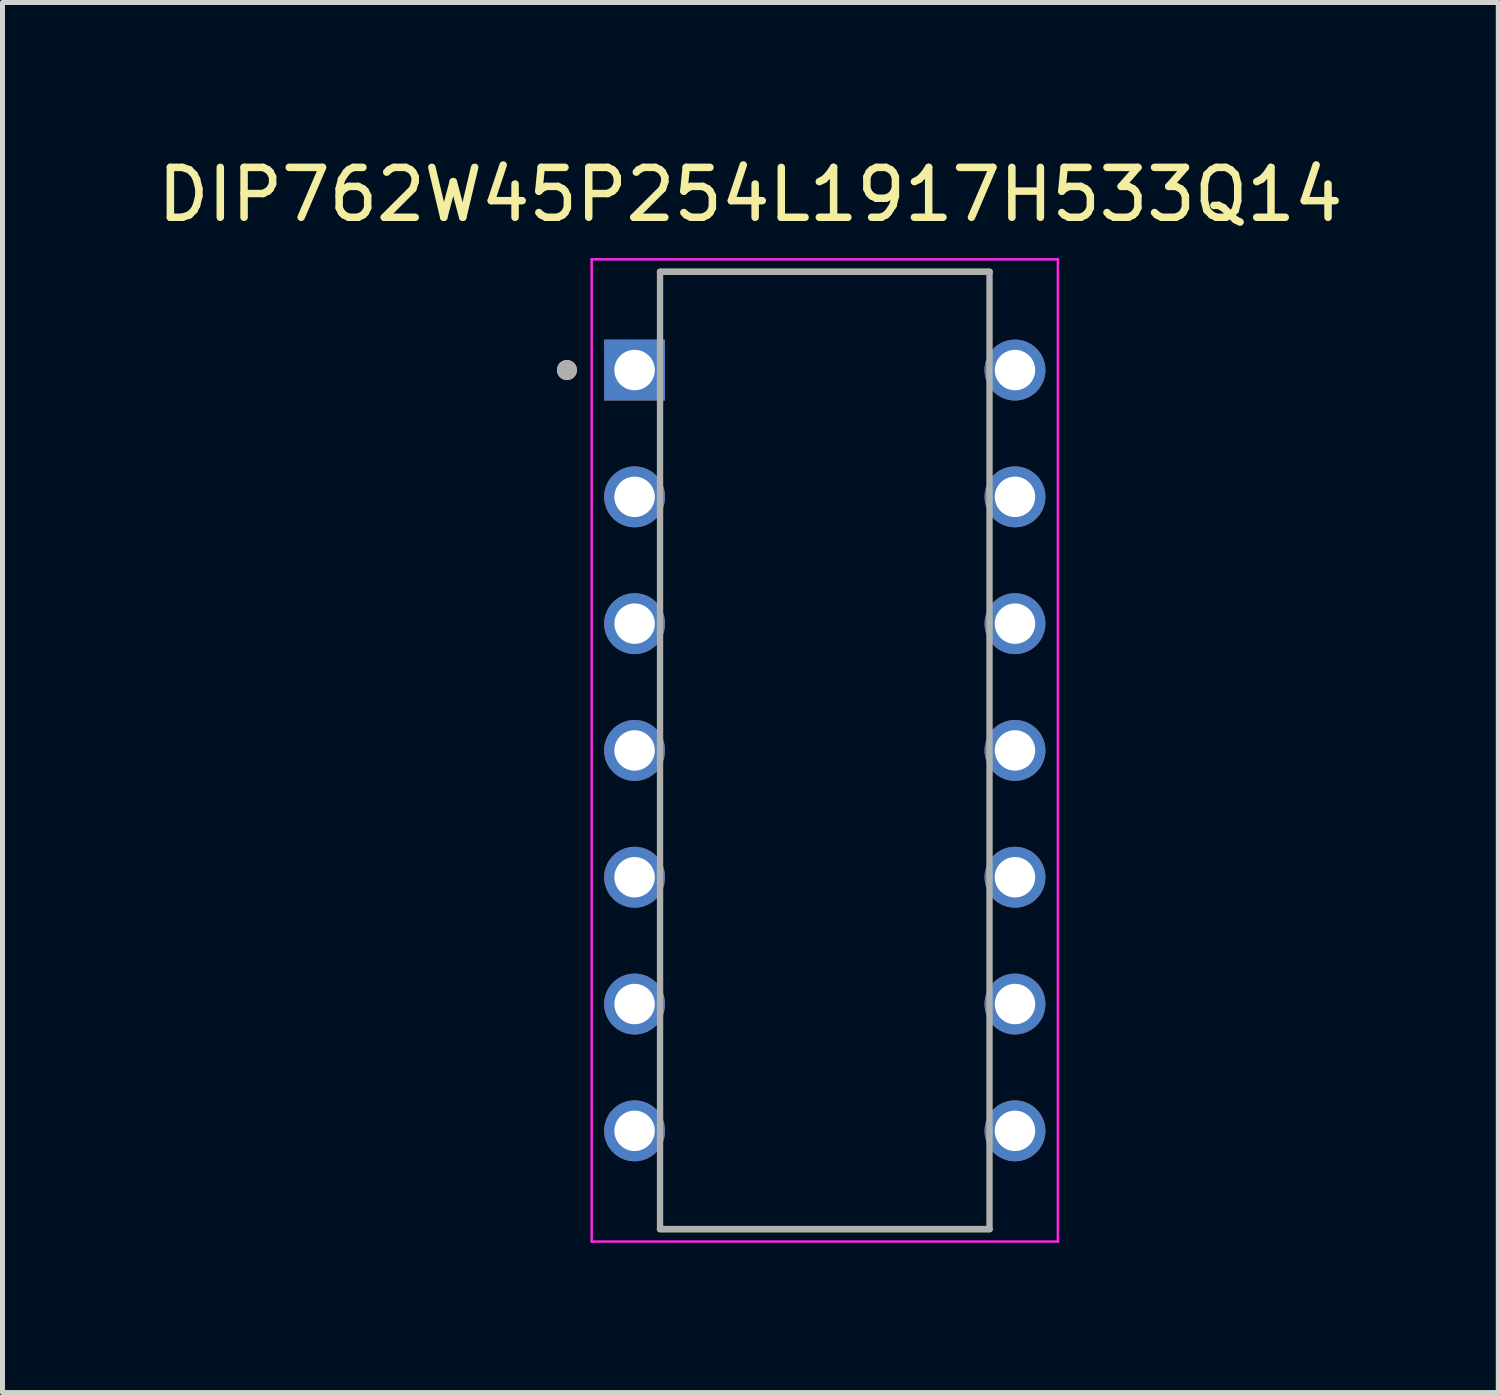
<source format=kicad_pcb>
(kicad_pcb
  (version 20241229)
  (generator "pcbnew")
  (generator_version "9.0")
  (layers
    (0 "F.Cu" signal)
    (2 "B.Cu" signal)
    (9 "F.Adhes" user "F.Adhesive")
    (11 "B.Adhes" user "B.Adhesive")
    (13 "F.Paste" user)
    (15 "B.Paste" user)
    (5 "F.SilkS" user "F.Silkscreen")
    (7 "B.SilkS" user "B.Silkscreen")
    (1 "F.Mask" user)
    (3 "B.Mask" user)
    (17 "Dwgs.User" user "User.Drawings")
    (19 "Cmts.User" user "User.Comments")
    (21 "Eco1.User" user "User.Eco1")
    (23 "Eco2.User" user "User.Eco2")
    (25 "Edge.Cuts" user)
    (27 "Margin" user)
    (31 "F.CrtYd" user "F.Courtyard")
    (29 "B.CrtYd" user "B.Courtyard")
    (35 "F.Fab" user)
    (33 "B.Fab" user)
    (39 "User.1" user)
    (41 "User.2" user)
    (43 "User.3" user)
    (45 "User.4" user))
  (footprint "DIP762W45P254L1917H533Q14"
    (layer "F.Cu")
    (at 13.472 11.983)
    (property "Reference" "DIP762W45P254L1917H533Q14" (at -1.49 -11.135 0) (layer "F.SilkS") (effects (font (size 1 1) (thickness 0.15))))
    (attr through_hole)
    (fp_line (start -3.3 -9.588) (end 3.3 -9.588) (stroke (width 0.127) (type solid)) (layer "F.SilkS"))
    (fp_line (start -3.3 9.588) (end 3.3 9.588) (stroke (width 0.127) (type solid)) (layer "F.SilkS"))
    (fp_circle (center -5.165 -7.62) (end -5.065 -7.62) (stroke (width 0.2) (type solid)) (fill no) (layer "F.SilkS"))
    (fp_line (start -4.67 -9.838) (end -4.67 9.838) (stroke (width 0.05) (type solid)) (layer "F.CrtYd"))
    (fp_line (start 4.67 -9.838) (end -4.67 -9.838) (stroke (width 0.05) (type solid)) (layer "F.CrtYd"))
    (fp_line (start 4.67 -9.838) (end 4.67 9.838) (stroke (width 0.05) (type solid)) (layer "F.CrtYd"))
    (fp_line (start 4.67 9.838) (end -4.67 9.838) (stroke (width 0.05) (type solid)) (layer "F.CrtYd"))
    (fp_line (start -3.3 -9.588) (end -3.3 9.588) (stroke (width 0.127) (type solid)) (layer "F.Fab"))
    (fp_line (start -3.3 -9.588) (end 3.3 -9.588) (stroke (width 0.127) (type solid)) (layer "F.Fab"))
    (fp_line (start -3.3 9.588) (end 3.3 9.588) (stroke (width 0.127) (type solid)) (layer "F.Fab"))
    (fp_line (start 3.3 -9.588) (end 3.3 9.588) (stroke (width 0.127) (type solid)) (layer "F.Fab"))
    (fp_circle (center -5.165 -7.62) (end -5.065 -7.62) (stroke (width 0.2) (type solid)) (fill no) (layer "F.Fab"))
    (pad "1" thru_hole rect (at -3.81 -7.62) (size 1.22 1.22) (drill 0.81) (layers "*.Cu" "*.Mask"))
    (pad "2" thru_hole circle (at -3.81 -5.08) (size 1.22 1.22) (drill 0.81) (layers "*.Cu" "*.Mask"))
    (pad "3" thru_hole circle (at -3.81 -2.54) (size 1.22 1.22) (drill 0.81) (layers "*.Cu" "*.Mask"))
    (pad "4" thru_hole circle (at -3.81 0) (size 1.22 1.22) (drill 0.81) (layers "*.Cu" "*.Mask"))
    (pad "5" thru_hole circle (at -3.81 2.54) (size 1.22 1.22) (drill 0.81) (layers "*.Cu" "*.Mask"))
    (pad "6" thru_hole circle (at -3.81 5.08) (size 1.22 1.22) (drill 0.81) (layers "*.Cu" "*.Mask"))
    (pad "7" thru_hole circle (at -3.81 7.62) (size 1.22 1.22) (drill 0.81) (layers "*.Cu" "*.Mask"))
    (pad "8" thru_hole circle (at 3.81 7.62) (size 1.22 1.22) (drill 0.81) (layers "*.Cu" "*.Mask"))
    (pad "9" thru_hole circle (at 3.81 5.08) (size 1.22 1.22) (drill 0.81) (layers "*.Cu" "*.Mask"))
    (pad "10" thru_hole circle (at 3.81 2.54) (size 1.22 1.22) (drill 0.81) (layers "*.Cu" "*.Mask"))
    (pad "11" thru_hole circle (at 3.81 0) (size 1.22 1.22) (drill 0.81) (layers "*.Cu" "*.Mask"))
    (pad "12" thru_hole circle (at 3.81 -2.54) (size 1.22 1.22) (drill 0.81) (layers "*.Cu" "*.Mask"))
    (pad "13" thru_hole circle (at 3.81 -5.08) (size 1.22 1.22) (drill 0.81) (layers "*.Cu" "*.Mask"))
    (pad "14" thru_hole circle (at 3.81 -7.62) (size 1.22 1.22) (drill 0.81) (layers "*.Cu" "*.Mask")))
  (gr_rect
    (start -3 -3)
    (end 26.964 24.846)
    (stroke (width 0.1) (type default))
    (fill no)
    (layer "Edge.Cuts")))
</source>
